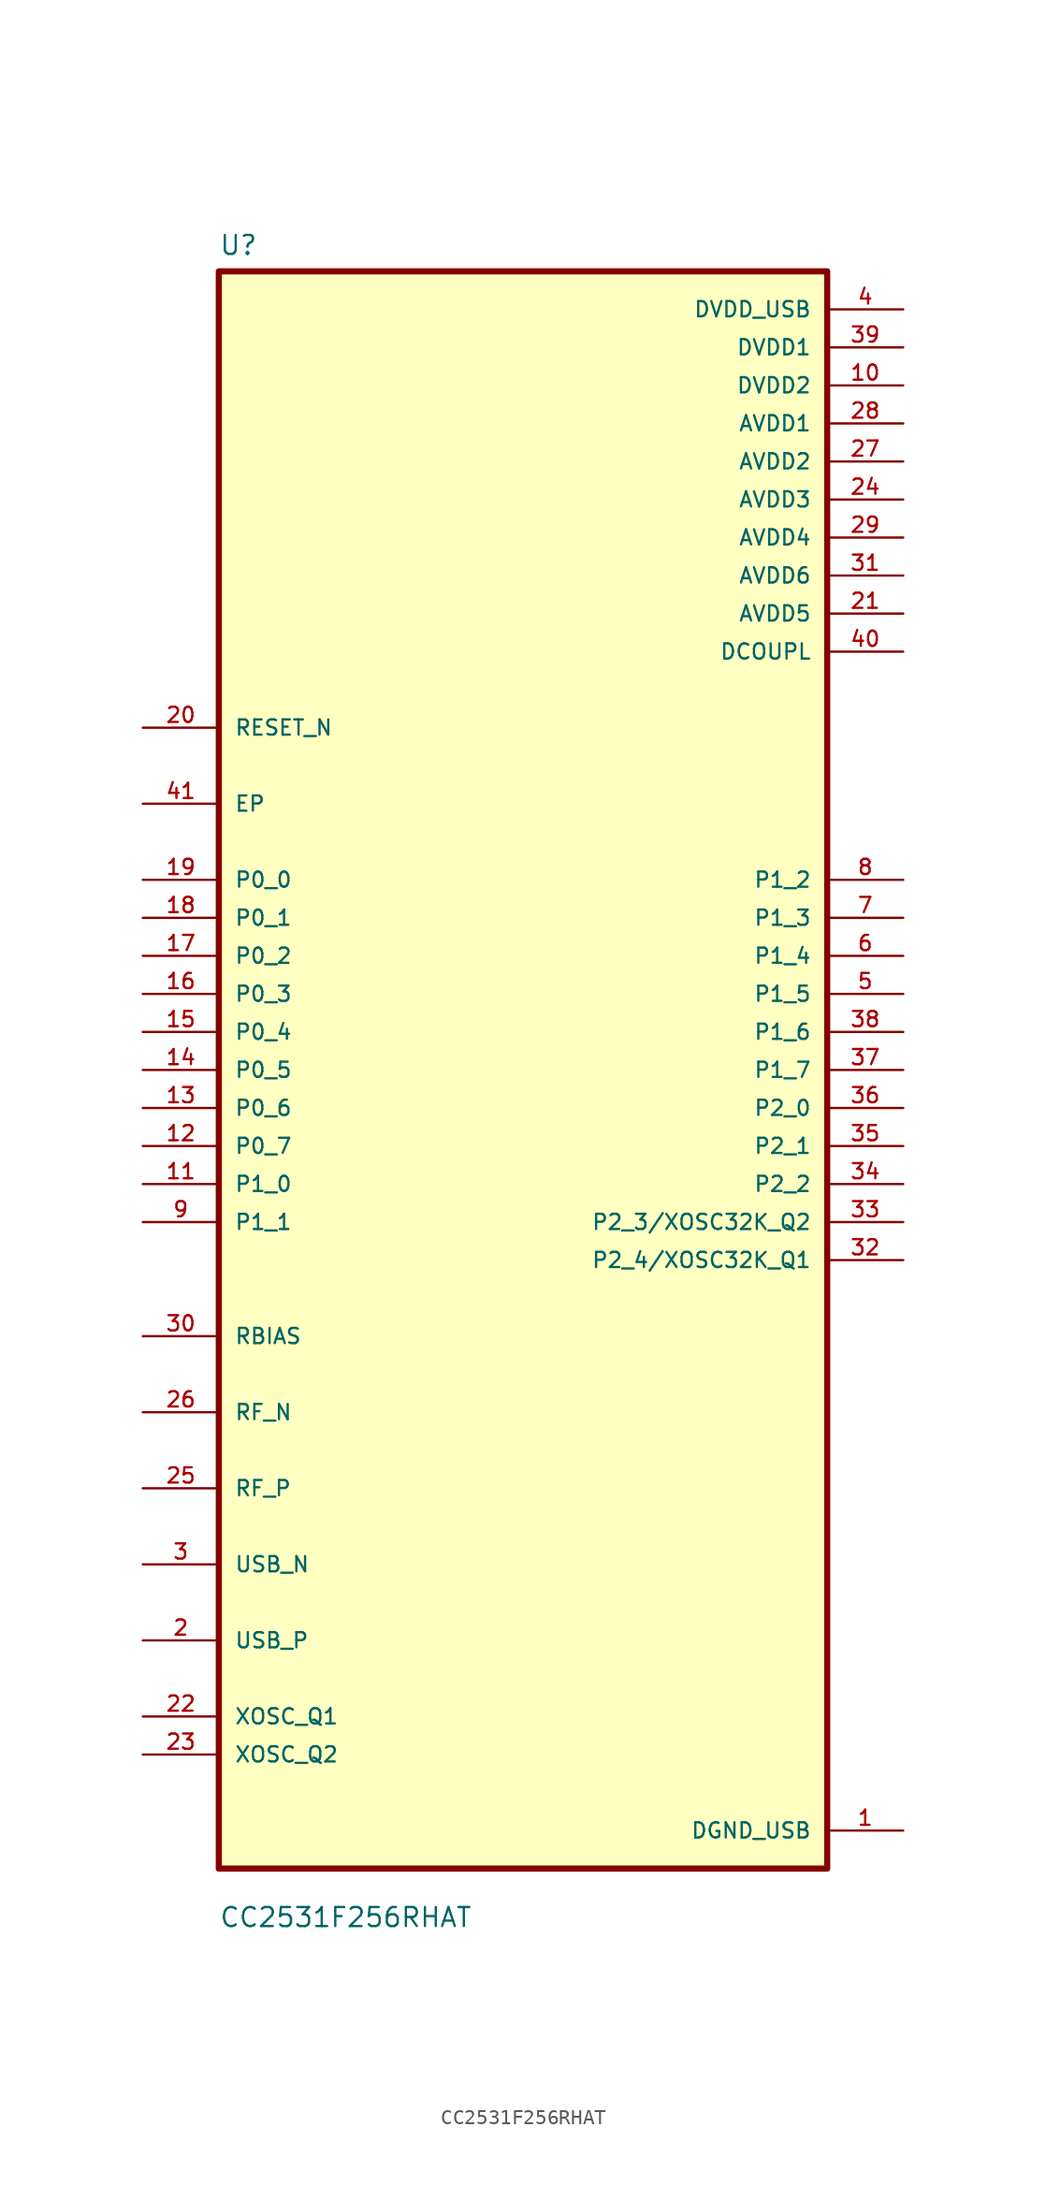
<source format=kicad_sym>
(kicad_symbol_lib
  (version 20211014)
  (generator kicad_symbol_editor)
  (symbol "CC2531F256RHAT"
    (pin_names
      (offset 1.016))
    (property "Reference" "U"
      (at -20.32 54.34 0)
      (effects (font (size 1.27 1.27)) (justify left bottom)))
    (property "Value" "CC2531F256RHAT"
      (at -20.32 -57.34 0)
      (effects (font (size 1.27 1.27)) (justify left bottom)))
    (symbol "CC2531F256RHAT_0_0"
      (rectangle (start -20.32 -53.34) (end 20.32 53.34) (stroke (width 0.41) (type default) (color 0 0 0 0)) (fill (type background)))
      (pin power_in line (at 25.4 -50.8 180) (length 5.08) (name "DGND_USB" (effects (font (size 1.016 1.016)))) (number "1" (effects (font (size 1.016 1.016)))))
      (pin power_in line (at 25.4 45.72 180) (length 5.08) (name "DVDD2" (effects (font (size 1.016 1.016)))) (number "10" (effects (font (size 1.016 1.016)))))
      (pin bidirectional line (at -25.4 -7.62 0) (length 5.08) (name "P1_0" (effects (font (size 1.016 1.016)))) (number "11" (effects (font (size 1.016 1.016)))))
      (pin bidirectional line (at -25.4 -5.08 0) (length 5.08) (name "P0_7" (effects (font (size 1.016 1.016)))) (number "12" (effects (font (size 1.016 1.016)))))
      (pin bidirectional line (at -25.4 -2.54 0) (length 5.08) (name "P0_6" (effects (font (size 1.016 1.016)))) (number "13" (effects (font (size 1.016 1.016)))))
      (pin bidirectional line (at -25.4 0 0) (length 5.08) (name "P0_5" (effects (font (size 1.016 1.016)))) (number "14" (effects (font (size 1.016 1.016)))))
      (pin bidirectional line (at -25.4 2.54 0) (length 5.08) (name "P0_4" (effects (font (size 1.016 1.016)))) (number "15" (effects (font (size 1.016 1.016)))))
      (pin bidirectional line (at -25.4 5.08 0) (length 5.08) (name "P0_3" (effects (font (size 1.016 1.016)))) (number "16" (effects (font (size 1.016 1.016)))))
      (pin bidirectional line (at -25.4 7.62 0) (length 5.08) (name "P0_2" (effects (font (size 1.016 1.016)))) (number "17" (effects (font (size 1.016 1.016)))))
      (pin bidirectional line (at -25.4 10.16 0) (length 5.08) (name "P0_1" (effects (font (size 1.016 1.016)))) (number "18" (effects (font (size 1.016 1.016)))))
      (pin bidirectional line (at -25.4 12.7 0) (length 5.08) (name "P0_0" (effects (font (size 1.016 1.016)))) (number "19" (effects (font (size 1.016 1.016)))))
      (pin bidirectional line (at -25.4 -38.1 0) (length 5.08) (name "USB_P" (effects (font (size 1.016 1.016)))) (number "2" (effects (font (size 1.016 1.016)))))
      (pin input line (at -25.4 22.86 0) (length 5.08) (name "RESET_N" (effects (font (size 1.016 1.016)))) (number "20" (effects (font (size 1.016 1.016)))))
      (pin power_in line (at 25.4 30.48 180) (length 5.08) (name "AVDD5" (effects (font (size 1.016 1.016)))) (number "21" (effects (font (size 1.016 1.016)))))
      (pin bidirectional line (at -25.4 -43.18 0) (length 5.08) (name "XOSC_Q1" (effects (font (size 1.016 1.016)))) (number "22" (effects (font (size 1.016 1.016)))))
      (pin bidirectional line (at -25.4 -45.72 0) (length 5.08) (name "XOSC_Q2" (effects (font (size 1.016 1.016)))) (number "23" (effects (font (size 1.016 1.016)))))
      (pin power_in line (at 25.4 38.1 180) (length 5.08) (name "AVDD3" (effects (font (size 1.016 1.016)))) (number "24" (effects (font (size 1.016 1.016)))))
      (pin bidirectional line (at -25.4 -27.94 0) (length 5.08) (name "RF_P" (effects (font (size 1.016 1.016)))) (number "25" (effects (font (size 1.016 1.016)))))
      (pin bidirectional line (at -25.4 -22.86 0) (length 5.08) (name "RF_N" (effects (font (size 1.016 1.016)))) (number "26" (effects (font (size 1.016 1.016)))))
      (pin power_in line (at 25.4 40.64 180) (length 5.08) (name "AVDD2" (effects (font (size 1.016 1.016)))) (number "27" (effects (font (size 1.016 1.016)))))
      (pin power_in line (at 25.4 43.18 180) (length 5.08) (name "AVDD1" (effects (font (size 1.016 1.016)))) (number "28" (effects (font (size 1.016 1.016)))))
      (pin power_in line (at 25.4 35.56 180) (length 5.08) (name "AVDD4" (effects (font (size 1.016 1.016)))) (number "29" (effects (font (size 1.016 1.016)))))
      (pin bidirectional line (at -25.4 -33.02 0) (length 5.08) (name "USB_N" (effects (font (size 1.016 1.016)))) (number "3" (effects (font (size 1.016 1.016)))))
      (pin bidirectional line (at -25.4 -17.78 0) (length 5.08) (name "RBIAS" (effects (font (size 1.016 1.016)))) (number "30" (effects (font (size 1.016 1.016)))))
      (pin power_in line (at 25.4 33.02 180) (length 5.08) (name "AVDD6" (effects (font (size 1.016 1.016)))) (number "31" (effects (font (size 1.016 1.016)))))
      (pin bidirectional line (at 25.4 -12.7 180) (length 5.08) (name "P2_4/XOSC32K_Q1" (effects (font (size 1.016 1.016)))) (number "32" (effects (font (size 1.016 1.016)))))
      (pin bidirectional line (at 25.4 -10.16 180) (length 5.08) (name "P2_3/XOSC32K_Q2" (effects (font (size 1.016 1.016)))) (number "33" (effects (font (size 1.016 1.016)))))
      (pin bidirectional line (at 25.4 -7.62 180) (length 5.08) (name "P2_2" (effects (font (size 1.016 1.016)))) (number "34" (effects (font (size 1.016 1.016)))))
      (pin bidirectional line (at 25.4 -5.08 180) (length 5.08) (name "P2_1" (effects (font (size 1.016 1.016)))) (number "35" (effects (font (size 1.016 1.016)))))
      (pin bidirectional line (at 25.4 -2.54 180) (length 5.08) (name "P2_0" (effects (font (size 1.016 1.016)))) (number "36" (effects (font (size 1.016 1.016)))))
      (pin bidirectional line (at 25.4 0 180) (length 5.08) (name "P1_7" (effects (font (size 1.016 1.016)))) (number "37" (effects (font (size 1.016 1.016)))))
      (pin bidirectional line (at 25.4 2.54 180) (length 5.08) (name "P1_6" (effects (font (size 1.016 1.016)))) (number "38" (effects (font (size 1.016 1.016)))))
      (pin power_in line (at 25.4 48.26 180) (length 5.08) (name "DVDD1" (effects (font (size 1.016 1.016)))) (number "39" (effects (font (size 1.016 1.016)))))
      (pin power_in line (at 25.4 50.8 180) (length 5.08) (name "DVDD_USB" (effects (font (size 1.016 1.016)))) (number "4" (effects (font (size 1.016 1.016)))))
      (pin power_in line (at 25.4 27.94 180) (length 5.08) (name "DCOUPL" (effects (font (size 1.016 1.016)))) (number "40" (effects (font (size 1.016 1.016)))))
      (pin power_in line (at -25.4 17.78 0) (length 5.08) (name "EP" (effects (font (size 1.016 1.016)))) (number "41" (effects (font (size 1.016 1.016)))))
      (pin bidirectional line (at 25.4 5.08 180) (length 5.08) (name "P1_5" (effects (font (size 1.016 1.016)))) (number "5" (effects (font (size 1.016 1.016)))))
      (pin bidirectional line (at 25.4 7.62 180) (length 5.08) (name "P1_4" (effects (font (size 1.016 1.016)))) (number "6" (effects (font (size 1.016 1.016)))))
      (pin bidirectional line (at 25.4 10.16 180) (length 5.08) (name "P1_3" (effects (font (size 1.016 1.016)))) (number "7" (effects (font (size 1.016 1.016)))))
      (pin bidirectional line (at 25.4 12.7 180) (length 5.08) (name "P1_2" (effects (font (size 1.016 1.016)))) (number "8" (effects (font (size 1.016 1.016)))))
      (pin bidirectional line (at -25.4 -10.16 0) (length 5.08) (name "P1_1" (effects (font (size 1.016 1.016)))) (number "9" (effects (font (size 1.016 1.016))))))))
</source>
